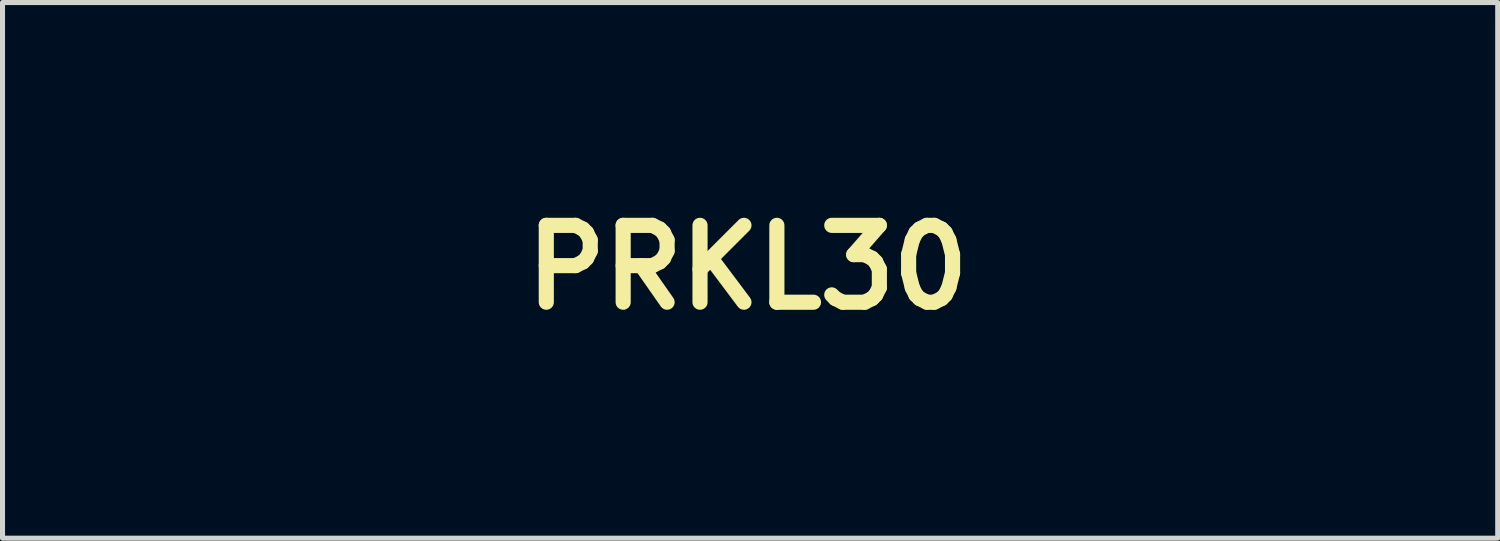
<source format=kicad_pcb>
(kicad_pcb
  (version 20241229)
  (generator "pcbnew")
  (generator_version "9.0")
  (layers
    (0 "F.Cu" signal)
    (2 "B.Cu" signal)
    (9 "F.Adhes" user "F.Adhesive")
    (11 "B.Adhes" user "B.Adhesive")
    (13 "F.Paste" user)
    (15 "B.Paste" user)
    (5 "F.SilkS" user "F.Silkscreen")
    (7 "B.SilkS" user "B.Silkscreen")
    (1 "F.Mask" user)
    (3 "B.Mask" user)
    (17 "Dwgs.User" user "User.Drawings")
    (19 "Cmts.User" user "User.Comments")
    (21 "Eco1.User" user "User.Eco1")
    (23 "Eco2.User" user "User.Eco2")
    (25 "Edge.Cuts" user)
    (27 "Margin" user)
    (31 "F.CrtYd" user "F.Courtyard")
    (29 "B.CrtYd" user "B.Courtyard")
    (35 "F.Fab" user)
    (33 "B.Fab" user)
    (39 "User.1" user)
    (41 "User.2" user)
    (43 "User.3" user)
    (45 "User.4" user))
  (footprint "PRKL30"
    (layer "F.Cu")
    (at 11.774 2.253)
    (property "Reference" "PRKL30" (at 0 0 0) (layer "F.SilkS") (effects (font (size 1.524 1.524) (thickness 0.3))))
    (attr through_hole)
    (fp_poly (pts (xy 2.625 1.439) (xy 4.826 1.439) (xy 4.826 2.286) (xy 1.651 2.286) (xy 1.651 -2.244) (xy 2.625 -2.244) (xy 2.625 1.439)) (stroke (width 0.01) (type solid)) (fill no) (layer "Eco2.User"))
    (fp_poly (pts (xy -1.938 -1.314) (xy -1.926 -0.384) (xy -1.058 -1.312) (xy -0.191 -2.241) (xy 1.079 -2.244) (xy 0.201 -1.365) (xy -0.022 -1.141) (xy -0.224 -0.935) (xy -0.398 -0.756) (xy -0.536 -0.611) (xy -0.631 -0.509) (xy -0.675 -0.455) (xy -0.677 -0.45) (xy -0.654 -0.412) (xy -0.588 -0.313) (xy -0.486 -0.163) (xy -0.355 0.028) (xy -0.2 0.251) (xy -0.028 0.498) (xy 0.154 0.759) (xy 0.34 1.025) (xy 0.523 1.287) (xy 0.698 1.536) (xy 0.858 1.761) (xy 0.996 1.956) (xy 1.106 2.109) (xy 1.181 2.212) (xy 1.197 2.233) (xy 1.197 2.254) (xy 1.151 2.269) (xy 1.052 2.278) (xy 0.888 2.284) (xy 0.65 2.285) (xy 0.608 2.285) (xy -0.021 2.284) (xy -1.37 0.25) (xy -1.947 0.823) (xy -1.947 2.286) (xy -2.963 2.286) (xy -2.963 -2.244) (xy -2.456 -2.244) (xy -1.949 -2.244) (xy -1.938 -1.314)) (stroke (width 0.01) (type solid)) (fill no) (layer "Eco2.User"))
    (fp_poly (pts (xy -10.34 -2.242) (xy -10.044 -2.238) (xy -9.778 -2.231) (xy -9.556 -2.222) (xy -9.394 -2.211) (xy -9.313 -2.201) (xy -8.994 -2.104) (xy -8.709 -1.944) (xy -8.474 -1.733) (xy -8.301 -1.481) (xy -8.285 -1.447) (xy -8.242 -1.34) (xy -8.215 -1.227) (xy -8.2 -1.085) (xy -8.194 -0.892) (xy -8.193 -0.783) (xy -8.195 -0.57) (xy -8.203 -0.42) (xy -8.222 -0.308) (xy -8.254 -0.212) (xy -8.303 -0.11) (xy -8.305 -0.106) (xy -8.447 0.121) (xy -8.616 0.303) (xy -8.821 0.444) (xy -9.07 0.549) (xy -9.373 0.62) (xy -9.738 0.661) (xy -10.175 0.676) (xy -10.234 0.676) (xy -10.753 0.677) (xy -10.753 2.286) (xy -11.769 2.286) (xy -11.769 -0.127) (xy -10.753 -0.127) (xy -10.195 -0.127) (xy -9.955 -0.129) (xy -9.781 -0.136) (xy -9.655 -0.15) (xy -9.557 -0.173) (xy -9.468 -0.208) (xy -9.453 -0.216) (xy -9.313 -0.306) (xy -9.214 -0.413) (xy -9.203 -0.432) (xy -9.15 -0.602) (xy -9.136 -0.807) (xy -9.16 -1.007) (xy -9.214 -1.151) (xy -9.292 -1.259) (xy -9.393 -1.339) (xy -9.531 -1.397) (xy -9.719 -1.436) (xy -9.968 -1.461) (xy -10.185 -1.472) (xy -10.753 -1.494) (xy -10.753 -0.127) (xy -11.769 -0.127) (xy -11.769 -2.244) (xy -10.653 -2.244) (xy -10.34 -2.242)) (stroke (width 0.01) (type solid)) (fill no) (layer "Eco2.User"))
    (fp_poly (pts (xy -6.128 -2.235) (xy -4.72 -2.223) (xy -4.487 -2.113) (xy -4.206 -1.939) (xy -3.994 -1.717) (xy -3.852 -1.449) (xy -3.782 -1.137) (xy -3.777 -0.887) (xy -3.828 -0.561) (xy -3.941 -0.293) (xy -4.116 -0.081) (xy -4.244 0.014) (xy -4.354 0.085) (xy -4.427 0.136) (xy -4.445 0.153) (xy -4.411 0.177) (xy -4.326 0.222) (xy -4.293 0.237) (xy -4.14 0.35) (xy -4.004 0.521) (xy -3.906 0.725) (xy -3.893 0.765) (xy -3.873 0.866) (xy -3.849 1.027) (xy -3.826 1.225) (xy -3.808 1.406) (xy -3.785 1.625) (xy -3.757 1.832) (xy -3.728 2.003) (xy -3.706 2.095) (xy -3.648 2.289) (xy -4.63 2.265) (xy -4.663 2.139) (xy -4.682 2.042) (xy -4.706 1.887) (xy -4.73 1.699) (xy -4.743 1.588) (xy -4.776 1.313) (xy -4.81 1.106) (xy -4.85 0.952) (xy -4.9 0.836) (xy -4.963 0.741) (xy -4.975 0.727) (xy -5.065 0.645) (xy -5.186 0.584) (xy -5.35 0.544) (xy -5.569 0.519) (xy -5.856 0.509) (xy -5.988 0.508) (xy -6.519 0.508) (xy -6.519 2.286) (xy -7.535 2.286) (xy -7.535 -0.212) (xy -6.519 -0.212) (xy -5.84 -0.212) (xy -5.56 -0.214) (xy -5.352 -0.22) (xy -5.204 -0.233) (xy -5.101 -0.252) (xy -5.036 -0.276) (xy -4.895 -0.396) (xy -4.805 -0.579) (xy -4.77 -0.823) (xy -4.77 -0.859) (xy -4.782 -1.041) (xy -4.824 -1.17) (xy -4.855 -1.219) (xy -4.925 -1.301) (xy -5.005 -1.363) (xy -5.109 -1.407) (xy -5.251 -1.437) (xy -5.443 -1.457) (xy -5.7 -1.469) (xy -5.853 -1.474) (xy -6.519 -1.492) (xy -6.519 -0.212) (xy -7.535 -0.212) (xy -7.535 -2.248) (xy -6.128 -2.235)) (stroke (width 0.01) (type solid)) (fill no) (layer "Eco2.User"))
    (fp_poly (pts (xy 10.634 -2.197) (xy 10.947 -2.091) (xy 11.222 -1.911) (xy 11.454 -1.662) (xy 11.641 -1.348) (xy 11.779 -0.972) (xy 11.815 -0.826) (xy 11.841 -0.655) (xy 11.858 -0.423) (xy 11.868 -0.151) (xy 11.869 0.138) (xy 11.863 0.421) (xy 11.849 0.676) (xy 11.827 0.881) (xy 11.814 0.953) (xy 11.701 1.328) (xy 11.538 1.659) (xy 11.333 1.935) (xy 11.092 2.144) (xy 11.059 2.166) (xy 10.813 2.277) (xy 10.521 2.344) (xy 10.211 2.363) (xy 9.91 2.331) (xy 9.821 2.31) (xy 9.508 2.185) (xy 9.245 1.997) (xy 9.028 1.742) (xy 8.856 1.418) (xy 8.739 1.072) (xy 8.712 0.933) (xy 8.687 0.733) (xy 8.665 0.498) (xy 8.651 0.251) (xy 8.65 0.233) (xy 8.651 0.153) (xy 9.529 0.153) (xy 9.549 0.5) (xy 9.594 0.819) (xy 9.661 1.097) (xy 9.75 1.322) (xy 9.857 1.483) (xy 9.921 1.537) (xy 10.106 1.612) (xy 10.316 1.626) (xy 10.517 1.577) (xy 10.55 1.561) (xy 10.666 1.462) (xy 10.776 1.302) (xy 10.864 1.103) (xy 10.896 0.992) (xy 10.952 0.685) (xy 10.982 0.332) (xy 10.989 -0.039) (xy 10.971 -0.404) (xy 10.929 -0.735) (xy 10.875 -0.974) (xy 10.813 -1.116) (xy 10.72 -1.261) (xy 10.69 -1.3) (xy 10.604 -1.389) (xy 10.523 -1.438) (xy 10.412 -1.462) (xy 10.303 -1.472) (xy 10.154 -1.479) (xy 10.056 -1.465) (xy 9.974 -1.423) (xy 9.908 -1.371) (xy 9.775 -1.225) (xy 9.676 -1.032) (xy 9.604 -0.778) (xy 9.571 -0.579) (xy 9.535 -0.211) (xy 9.529 0.153) (xy 8.651 0.153) (xy 8.654 -0.308) (xy 8.712 -0.785) (xy 8.823 -1.202) (xy 8.908 -1.407) (xy 9.091 -1.704) (xy 9.329 -1.939) (xy 9.613 -2.108) (xy 9.935 -2.209) (xy 10.289 -2.238) (xy 10.634 -2.197)) (stroke (width 0.01) (type solid)) (fill no) (layer "Eco2.User"))
    (fp_poly (pts (xy 6.996 -2.217) (xy 7.322 -2.134) (xy 7.618 -1.993) (xy 7.869 -1.798) (xy 8.062 -1.553) (xy 8.066 -1.546) (xy 8.165 -1.309) (xy 8.204 -1.054) (xy 8.185 -0.801) (xy 8.113 -0.564) (xy 7.992 -0.363) (xy 7.824 -0.213) (xy 7.764 -0.18) (xy 7.621 -0.112) (xy 7.83 0.003) (xy 8.055 0.155) (xy 8.212 0.334) (xy 8.32 0.56) (xy 8.323 0.567) (xy 8.373 0.836) (xy 8.357 1.126) (xy 8.281 1.416) (xy 8.152 1.684) (xy 7.976 1.905) (xy 7.953 1.927) (xy 7.671 2.126) (xy 7.342 2.269) (xy 6.984 2.349) (xy 6.613 2.364) (xy 6.248 2.31) (xy 6.244 2.309) (xy 5.977 2.226) (xy 5.767 2.124) (xy 5.587 1.988) (xy 5.525 1.928) (xy 5.326 1.69) (xy 5.194 1.428) (xy 5.128 1.194) (xy 5.088 1.005) (xy 5.075 0.881) (xy 5.099 0.808) (xy 5.173 0.774) (xy 5.309 0.763) (xy 5.503 0.762) (xy 5.925 0.762) (xy 5.951 0.878) (xy 6.036 1.165) (xy 6.15 1.377) (xy 6.301 1.519) (xy 6.493 1.598) (xy 6.711 1.621) (xy 6.918 1.601) (xy 7.087 1.532) (xy 7.249 1.406) (xy 7.375 1.236) (xy 7.437 1.034) (xy 7.434 0.823) (xy 7.368 0.625) (xy 7.259 0.483) (xy 7.131 0.386) (xy 6.982 0.327) (xy 6.789 0.3) (xy 6.641 0.296) (xy 6.435 0.296) (xy 6.435 -0.32) (xy 6.727 -0.366) (xy 6.979 -0.425) (xy 7.159 -0.516) (xy 7.278 -0.645) (xy 7.329 -0.764) (xy 7.355 -0.977) (xy 7.307 -1.165) (xy 7.192 -1.318) (xy 7.02 -1.426) (xy 6.8 -1.478) (xy 6.721 -1.482) (xy 6.486 -1.451) (xy 6.358 -1.396) (xy 6.236 -1.282) (xy 6.132 -1.119) (xy 6.067 -0.939) (xy 6.055 -0.836) (xy 6.054 -0.72) (xy 5.207 -0.72) (xy 5.208 -0.878) (xy 5.231 -1.031) (xy 5.29 -1.225) (xy 5.375 -1.431) (xy 5.475 -1.621) (xy 5.51 -1.676) (xy 5.664 -1.846) (xy 5.878 -2.001) (xy 6.125 -2.124) (xy 6.308 -2.184) (xy 6.653 -2.235) (xy 6.996 -2.217)) (stroke (width 0.01) (type solid)) (fill no) (layer "Eco2.User")))
  (gr_rect
    (start -3 -3)
    (end 26.648 7.622)
    (stroke (width 0.1) (type default))
    (fill no)
    (layer "Edge.Cuts")))
</source>
